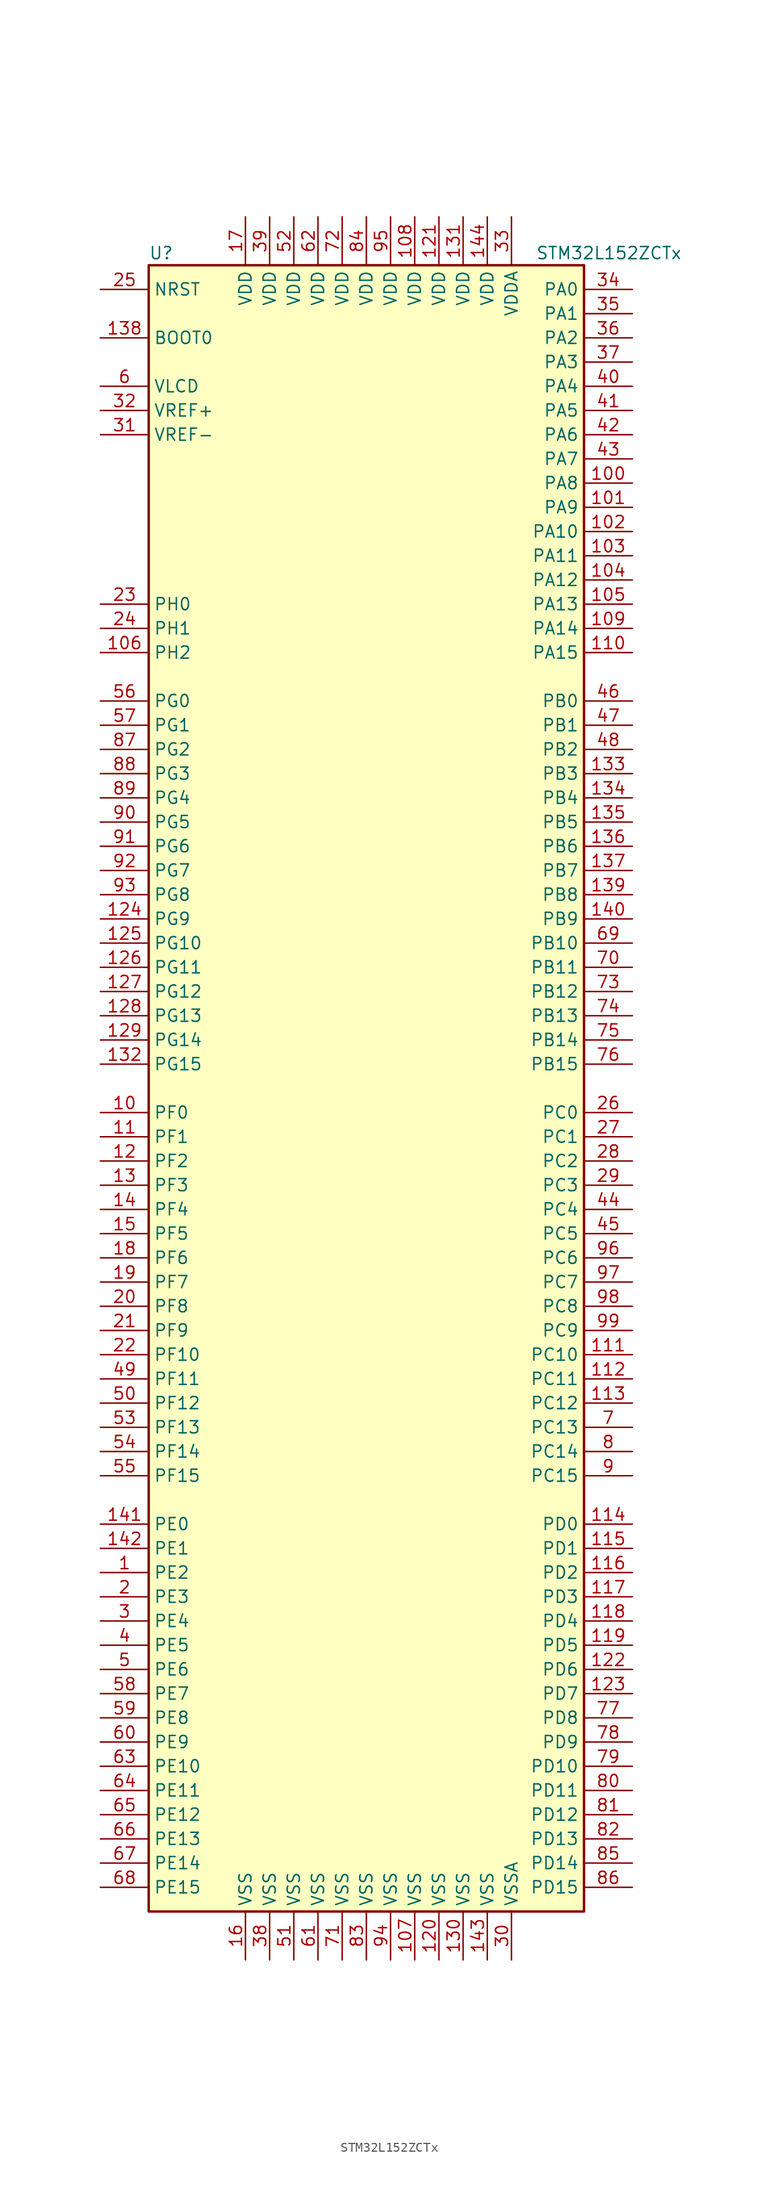
<source format=kicad_sym>
(kicad_symbol_lib
  (version 20211014)
  (generator kicad_symbol_editor)
  (symbol "STM32L152ZCTx"
    (property "Reference" "U"
      (at -22.86 87.63 0)
      (effects (font (size 1.27 1.27)) (justify left)))
    (property "Value" "STM32L152ZCTx"
      (at 17.78 87.63 0)
      (effects (font (size 1.27 1.27)) (justify left)))
    (symbol "STM32L152ZCTx_0_1"
      (rectangle (start -22.86 -86.36) (end 22.86 86.36) (stroke (width 0.254) (type default) (color 0 0 0 0)) (fill (type background))))
    (symbol "STM32L152ZCTx_1_1"
      (pin bidirectional line (at -27.94 -50.8 0) (length 5.08) (name "PE2" (effects (font (size 1.27 1.27)))) (number "1" (effects (font (size 1.27 1.27)))))
      (pin bidirectional line (at -27.94 -2.54 0) (length 5.08) (name "PF0" (effects (font (size 1.27 1.27)))) (number "10" (effects (font (size 1.27 1.27)))))
      (pin bidirectional line (at 27.94 63.5 180) (length 5.08) (name "PA8" (effects (font (size 1.27 1.27)))) (number "100" (effects (font (size 1.27 1.27)))))
      (pin bidirectional line (at 27.94 60.96 180) (length 5.08) (name "PA9" (effects (font (size 1.27 1.27)))) (number "101" (effects (font (size 1.27 1.27)))))
      (pin bidirectional line (at 27.94 58.42 180) (length 5.08) (name "PA10" (effects (font (size 1.27 1.27)))) (number "102" (effects (font (size 1.27 1.27)))))
      (pin bidirectional line (at 27.94 55.88 180) (length 5.08) (name "PA11" (effects (font (size 1.27 1.27)))) (number "103" (effects (font (size 1.27 1.27)))))
      (pin bidirectional line (at 27.94 53.34 180) (length 5.08) (name "PA12" (effects (font (size 1.27 1.27)))) (number "104" (effects (font (size 1.27 1.27)))))
      (pin bidirectional line (at 27.94 50.8 180) (length 5.08) (name "PA13" (effects (font (size 1.27 1.27)))) (number "105" (effects (font (size 1.27 1.27)))))
      (pin bidirectional line (at -27.94 45.72 0) (length 5.08) (name "PH2" (effects (font (size 1.27 1.27)))) (number "106" (effects (font (size 1.27 1.27)))))
      (pin power_in line (at 5.08 -91.44 90) (length 5.08) (name "VSS" (effects (font (size 1.27 1.27)))) (number "107" (effects (font (size 1.27 1.27)))))
      (pin power_in line (at 5.08 91.44 270) (length 5.08) (name "VDD" (effects (font (size 1.27 1.27)))) (number "108" (effects (font (size 1.27 1.27)))))
      (pin bidirectional line (at 27.94 48.26 180) (length 5.08) (name "PA14" (effects (font (size 1.27 1.27)))) (number "109" (effects (font (size 1.27 1.27)))))
      (pin bidirectional line (at -27.94 -5.08 0) (length 5.08) (name "PF1" (effects (font (size 1.27 1.27)))) (number "11" (effects (font (size 1.27 1.27)))))
      (pin bidirectional line (at 27.94 45.72 180) (length 5.08) (name "PA15" (effects (font (size 1.27 1.27)))) (number "110" (effects (font (size 1.27 1.27)))))
      (pin bidirectional line (at 27.94 -27.94 180) (length 5.08) (name "PC10" (effects (font (size 1.27 1.27)))) (number "111" (effects (font (size 1.27 1.27)))))
      (pin bidirectional line (at 27.94 -30.48 180) (length 5.08) (name "PC11" (effects (font (size 1.27 1.27)))) (number "112" (effects (font (size 1.27 1.27)))))
      (pin bidirectional line (at 27.94 -33.02 180) (length 5.08) (name "PC12" (effects (font (size 1.27 1.27)))) (number "113" (effects (font (size 1.27 1.27)))))
      (pin bidirectional line (at 27.94 -45.72 180) (length 5.08) (name "PD0" (effects (font (size 1.27 1.27)))) (number "114" (effects (font (size 1.27 1.27)))))
      (pin bidirectional line (at 27.94 -48.26 180) (length 5.08) (name "PD1" (effects (font (size 1.27 1.27)))) (number "115" (effects (font (size 1.27 1.27)))))
      (pin bidirectional line (at 27.94 -50.8 180) (length 5.08) (name "PD2" (effects (font (size 1.27 1.27)))) (number "116" (effects (font (size 1.27 1.27)))))
      (pin bidirectional line (at 27.94 -53.34 180) (length 5.08) (name "PD3" (effects (font (size 1.27 1.27)))) (number "117" (effects (font (size 1.27 1.27)))))
      (pin bidirectional line (at 27.94 -55.88 180) (length 5.08) (name "PD4" (effects (font (size 1.27 1.27)))) (number "118" (effects (font (size 1.27 1.27)))))
      (pin bidirectional line (at 27.94 -58.42 180) (length 5.08) (name "PD5" (effects (font (size 1.27 1.27)))) (number "119" (effects (font (size 1.27 1.27)))))
      (pin bidirectional line (at -27.94 -7.62 0) (length 5.08) (name "PF2" (effects (font (size 1.27 1.27)))) (number "12" (effects (font (size 1.27 1.27)))))
      (pin power_in line (at 7.62 -91.44 90) (length 5.08) (name "VSS" (effects (font (size 1.27 1.27)))) (number "120" (effects (font (size 1.27 1.27)))))
      (pin power_in line (at 7.62 91.44 270) (length 5.08) (name "VDD" (effects (font (size 1.27 1.27)))) (number "121" (effects (font (size 1.27 1.27)))))
      (pin bidirectional line (at 27.94 -60.96 180) (length 5.08) (name "PD6" (effects (font (size 1.27 1.27)))) (number "122" (effects (font (size 1.27 1.27)))))
      (pin bidirectional line (at 27.94 -63.5 180) (length 5.08) (name "PD7" (effects (font (size 1.27 1.27)))) (number "123" (effects (font (size 1.27 1.27)))))
      (pin bidirectional line (at -27.94 17.78 0) (length 5.08) (name "PG9" (effects (font (size 1.27 1.27)))) (number "124" (effects (font (size 1.27 1.27)))))
      (pin bidirectional line (at -27.94 15.24 0) (length 5.08) (name "PG10" (effects (font (size 1.27 1.27)))) (number "125" (effects (font (size 1.27 1.27)))))
      (pin bidirectional line (at -27.94 12.7 0) (length 5.08) (name "PG11" (effects (font (size 1.27 1.27)))) (number "126" (effects (font (size 1.27 1.27)))))
      (pin bidirectional line (at -27.94 10.16 0) (length 5.08) (name "PG12" (effects (font (size 1.27 1.27)))) (number "127" (effects (font (size 1.27 1.27)))))
      (pin bidirectional line (at -27.94 7.62 0) (length 5.08) (name "PG13" (effects (font (size 1.27 1.27)))) (number "128" (effects (font (size 1.27 1.27)))))
      (pin bidirectional line (at -27.94 5.08 0) (length 5.08) (name "PG14" (effects (font (size 1.27 1.27)))) (number "129" (effects (font (size 1.27 1.27)))))
      (pin bidirectional line (at -27.94 -10.16 0) (length 5.08) (name "PF3" (effects (font (size 1.27 1.27)))) (number "13" (effects (font (size 1.27 1.27)))))
      (pin power_in line (at 10.16 -91.44 90) (length 5.08) (name "VSS" (effects (font (size 1.27 1.27)))) (number "130" (effects (font (size 1.27 1.27)))))
      (pin power_in line (at 10.16 91.44 270) (length 5.08) (name "VDD" (effects (font (size 1.27 1.27)))) (number "131" (effects (font (size 1.27 1.27)))))
      (pin bidirectional line (at -27.94 2.54 0) (length 5.08) (name "PG15" (effects (font (size 1.27 1.27)))) (number "132" (effects (font (size 1.27 1.27)))))
      (pin bidirectional line (at 27.94 33.02 180) (length 5.08) (name "PB3" (effects (font (size 1.27 1.27)))) (number "133" (effects (font (size 1.27 1.27)))))
      (pin bidirectional line (at 27.94 30.48 180) (length 5.08) (name "PB4" (effects (font (size 1.27 1.27)))) (number "134" (effects (font (size 1.27 1.27)))))
      (pin bidirectional line (at 27.94 27.94 180) (length 5.08) (name "PB5" (effects (font (size 1.27 1.27)))) (number "135" (effects (font (size 1.27 1.27)))))
      (pin bidirectional line (at 27.94 25.4 180) (length 5.08) (name "PB6" (effects (font (size 1.27 1.27)))) (number "136" (effects (font (size 1.27 1.27)))))
      (pin bidirectional line (at 27.94 22.86 180) (length 5.08) (name "PB7" (effects (font (size 1.27 1.27)))) (number "137" (effects (font (size 1.27 1.27)))))
      (pin input line (at -27.94 78.74 0) (length 5.08) (name "BOOT0" (effects (font (size 1.27 1.27)))) (number "138" (effects (font (size 1.27 1.27)))))
      (pin bidirectional line (at 27.94 20.32 180) (length 5.08) (name "PB8" (effects (font (size 1.27 1.27)))) (number "139" (effects (font (size 1.27 1.27)))))
      (pin bidirectional line (at -27.94 -12.7 0) (length 5.08) (name "PF4" (effects (font (size 1.27 1.27)))) (number "14" (effects (font (size 1.27 1.27)))))
      (pin bidirectional line (at 27.94 17.78 180) (length 5.08) (name "PB9" (effects (font (size 1.27 1.27)))) (number "140" (effects (font (size 1.27 1.27)))))
      (pin bidirectional line (at -27.94 -45.72 0) (length 5.08) (name "PE0" (effects (font (size 1.27 1.27)))) (number "141" (effects (font (size 1.27 1.27)))))
      (pin bidirectional line (at -27.94 -48.26 0) (length 5.08) (name "PE1" (effects (font (size 1.27 1.27)))) (number "142" (effects (font (size 1.27 1.27)))))
      (pin power_in line (at 12.7 -91.44 90) (length 5.08) (name "VSS" (effects (font (size 1.27 1.27)))) (number "143" (effects (font (size 1.27 1.27)))))
      (pin power_in line (at 12.7 91.44 270) (length 5.08) (name "VDD" (effects (font (size 1.27 1.27)))) (number "144" (effects (font (size 1.27 1.27)))))
      (pin bidirectional line (at -27.94 -15.24 0) (length 5.08) (name "PF5" (effects (font (size 1.27 1.27)))) (number "15" (effects (font (size 1.27 1.27)))))
      (pin power_in line (at -12.7 -91.44 90) (length 5.08) (name "VSS" (effects (font (size 1.27 1.27)))) (number "16" (effects (font (size 1.27 1.27)))))
      (pin power_in line (at -12.7 91.44 270) (length 5.08) (name "VDD" (effects (font (size 1.27 1.27)))) (number "17" (effects (font (size 1.27 1.27)))))
      (pin bidirectional line (at -27.94 -17.78 0) (length 5.08) (name "PF6" (effects (font (size 1.27 1.27)))) (number "18" (effects (font (size 1.27 1.27)))))
      (pin bidirectional line (at -27.94 -20.32 0) (length 5.08) (name "PF7" (effects (font (size 1.27 1.27)))) (number "19" (effects (font (size 1.27 1.27)))))
      (pin bidirectional line (at -27.94 -53.34 0) (length 5.08) (name "PE3" (effects (font (size 1.27 1.27)))) (number "2" (effects (font (size 1.27 1.27)))))
      (pin bidirectional line (at -27.94 -22.86 0) (length 5.08) (name "PF8" (effects (font (size 1.27 1.27)))) (number "20" (effects (font (size 1.27 1.27)))))
      (pin bidirectional line (at -27.94 -25.4 0) (length 5.08) (name "PF9" (effects (font (size 1.27 1.27)))) (number "21" (effects (font (size 1.27 1.27)))))
      (pin bidirectional line (at -27.94 -27.94 0) (length 5.08) (name "PF10" (effects (font (size 1.27 1.27)))) (number "22" (effects (font (size 1.27 1.27)))))
      (pin input line (at -27.94 50.8 0) (length 5.08) (name "PH0" (effects (font (size 1.27 1.27)))) (number "23" (effects (font (size 1.27 1.27)))))
      (pin input line (at -27.94 48.26 0) (length 5.08) (name "PH1" (effects (font (size 1.27 1.27)))) (number "24" (effects (font (size 1.27 1.27)))))
      (pin input line (at -27.94 83.82 0) (length 5.08) (name "NRST" (effects (font (size 1.27 1.27)))) (number "25" (effects (font (size 1.27 1.27)))))
      (pin bidirectional line (at 27.94 -2.54 180) (length 5.08) (name "PC0" (effects (font (size 1.27 1.27)))) (number "26" (effects (font (size 1.27 1.27)))))
      (pin bidirectional line (at 27.94 -5.08 180) (length 5.08) (name "PC1" (effects (font (size 1.27 1.27)))) (number "27" (effects (font (size 1.27 1.27)))))
      (pin bidirectional line (at 27.94 -7.62 180) (length 5.08) (name "PC2" (effects (font (size 1.27 1.27)))) (number "28" (effects (font (size 1.27 1.27)))))
      (pin bidirectional line (at 27.94 -10.16 180) (length 5.08) (name "PC3" (effects (font (size 1.27 1.27)))) (number "29" (effects (font (size 1.27 1.27)))))
      (pin bidirectional line (at -27.94 -55.88 0) (length 5.08) (name "PE4" (effects (font (size 1.27 1.27)))) (number "3" (effects (font (size 1.27 1.27)))))
      (pin power_in line (at 15.24 -91.44 90) (length 5.08) (name "VSSA" (effects (font (size 1.27 1.27)))) (number "30" (effects (font (size 1.27 1.27)))))
      (pin power_in line (at -27.94 68.58 0) (length 5.08) (name "VREF-" (effects (font (size 1.27 1.27)))) (number "31" (effects (font (size 1.27 1.27)))))
      (pin power_in line (at -27.94 71.12 0) (length 5.08) (name "VREF+" (effects (font (size 1.27 1.27)))) (number "32" (effects (font (size 1.27 1.27)))))
      (pin power_in line (at 15.24 91.44 270) (length 5.08) (name "VDDA" (effects (font (size 1.27 1.27)))) (number "33" (effects (font (size 1.27 1.27)))))
      (pin bidirectional line (at 27.94 83.82 180) (length 5.08) (name "PA0" (effects (font (size 1.27 1.27)))) (number "34" (effects (font (size 1.27 1.27)))))
      (pin bidirectional line (at 27.94 81.28 180) (length 5.08) (name "PA1" (effects (font (size 1.27 1.27)))) (number "35" (effects (font (size 1.27 1.27)))))
      (pin bidirectional line (at 27.94 78.74 180) (length 5.08) (name "PA2" (effects (font (size 1.27 1.27)))) (number "36" (effects (font (size 1.27 1.27)))))
      (pin bidirectional line (at 27.94 76.2 180) (length 5.08) (name "PA3" (effects (font (size 1.27 1.27)))) (number "37" (effects (font (size 1.27 1.27)))))
      (pin power_in line (at -10.16 -91.44 90) (length 5.08) (name "VSS" (effects (font (size 1.27 1.27)))) (number "38" (effects (font (size 1.27 1.27)))))
      (pin power_in line (at -10.16 91.44 270) (length 5.08) (name "VDD" (effects (font (size 1.27 1.27)))) (number "39" (effects (font (size 1.27 1.27)))))
      (pin bidirectional line (at -27.94 -58.42 0) (length 5.08) (name "PE5" (effects (font (size 1.27 1.27)))) (number "4" (effects (font (size 1.27 1.27)))))
      (pin bidirectional line (at 27.94 73.66 180) (length 5.08) (name "PA4" (effects (font (size 1.27 1.27)))) (number "40" (effects (font (size 1.27 1.27)))))
      (pin bidirectional line (at 27.94 71.12 180) (length 5.08) (name "PA5" (effects (font (size 1.27 1.27)))) (number "41" (effects (font (size 1.27 1.27)))))
      (pin bidirectional line (at 27.94 68.58 180) (length 5.08) (name "PA6" (effects (font (size 1.27 1.27)))) (number "42" (effects (font (size 1.27 1.27)))))
      (pin bidirectional line (at 27.94 66.04 180) (length 5.08) (name "PA7" (effects (font (size 1.27 1.27)))) (number "43" (effects (font (size 1.27 1.27)))))
      (pin bidirectional line (at 27.94 -12.7 180) (length 5.08) (name "PC4" (effects (font (size 1.27 1.27)))) (number "44" (effects (font (size 1.27 1.27)))))
      (pin bidirectional line (at 27.94 -15.24 180) (length 5.08) (name "PC5" (effects (font (size 1.27 1.27)))) (number "45" (effects (font (size 1.27 1.27)))))
      (pin bidirectional line (at 27.94 40.64 180) (length 5.08) (name "PB0" (effects (font (size 1.27 1.27)))) (number "46" (effects (font (size 1.27 1.27)))))
      (pin bidirectional line (at 27.94 38.1 180) (length 5.08) (name "PB1" (effects (font (size 1.27 1.27)))) (number "47" (effects (font (size 1.27 1.27)))))
      (pin bidirectional line (at 27.94 35.56 180) (length 5.08) (name "PB2" (effects (font (size 1.27 1.27)))) (number "48" (effects (font (size 1.27 1.27)))))
      (pin bidirectional line (at -27.94 -30.48 0) (length 5.08) (name "PF11" (effects (font (size 1.27 1.27)))) (number "49" (effects (font (size 1.27 1.27)))))
      (pin bidirectional line (at -27.94 -60.96 0) (length 5.08) (name "PE6" (effects (font (size 1.27 1.27)))) (number "5" (effects (font (size 1.27 1.27)))))
      (pin bidirectional line (at -27.94 -33.02 0) (length 5.08) (name "PF12" (effects (font (size 1.27 1.27)))) (number "50" (effects (font (size 1.27 1.27)))))
      (pin power_in line (at -7.62 -91.44 90) (length 5.08) (name "VSS" (effects (font (size 1.27 1.27)))) (number "51" (effects (font (size 1.27 1.27)))))
      (pin power_in line (at -7.62 91.44 270) (length 5.08) (name "VDD" (effects (font (size 1.27 1.27)))) (number "52" (effects (font (size 1.27 1.27)))))
      (pin bidirectional line (at -27.94 -35.56 0) (length 5.08) (name "PF13" (effects (font (size 1.27 1.27)))) (number "53" (effects (font (size 1.27 1.27)))))
      (pin bidirectional line (at -27.94 -38.1 0) (length 5.08) (name "PF14" (effects (font (size 1.27 1.27)))) (number "54" (effects (font (size 1.27 1.27)))))
      (pin bidirectional line (at -27.94 -40.64 0) (length 5.08) (name "PF15" (effects (font (size 1.27 1.27)))) (number "55" (effects (font (size 1.27 1.27)))))
      (pin bidirectional line (at -27.94 40.64 0) (length 5.08) (name "PG0" (effects (font (size 1.27 1.27)))) (number "56" (effects (font (size 1.27 1.27)))))
      (pin bidirectional line (at -27.94 38.1 0) (length 5.08) (name "PG1" (effects (font (size 1.27 1.27)))) (number "57" (effects (font (size 1.27 1.27)))))
      (pin bidirectional line (at -27.94 -63.5 0) (length 5.08) (name "PE7" (effects (font (size 1.27 1.27)))) (number "58" (effects (font (size 1.27 1.27)))))
      (pin bidirectional line (at -27.94 -66.04 0) (length 5.08) (name "PE8" (effects (font (size 1.27 1.27)))) (number "59" (effects (font (size 1.27 1.27)))))
      (pin power_in line (at -27.94 73.66 0) (length 5.08) (name "VLCD" (effects (font (size 1.27 1.27)))) (number "6" (effects (font (size 1.27 1.27)))))
      (pin bidirectional line (at -27.94 -68.58 0) (length 5.08) (name "PE9" (effects (font (size 1.27 1.27)))) (number "60" (effects (font (size 1.27 1.27)))))
      (pin power_in line (at -5.08 -91.44 90) (length 5.08) (name "VSS" (effects (font (size 1.27 1.27)))) (number "61" (effects (font (size 1.27 1.27)))))
      (pin power_in line (at -5.08 91.44 270) (length 5.08) (name "VDD" (effects (font (size 1.27 1.27)))) (number "62" (effects (font (size 1.27 1.27)))))
      (pin bidirectional line (at -27.94 -71.12 0) (length 5.08) (name "PE10" (effects (font (size 1.27 1.27)))) (number "63" (effects (font (size 1.27 1.27)))))
      (pin bidirectional line (at -27.94 -73.66 0) (length 5.08) (name "PE11" (effects (font (size 1.27 1.27)))) (number "64" (effects (font (size 1.27 1.27)))))
      (pin bidirectional line (at -27.94 -76.2 0) (length 5.08) (name "PE12" (effects (font (size 1.27 1.27)))) (number "65" (effects (font (size 1.27 1.27)))))
      (pin bidirectional line (at -27.94 -78.74 0) (length 5.08) (name "PE13" (effects (font (size 1.27 1.27)))) (number "66" (effects (font (size 1.27 1.27)))))
      (pin bidirectional line (at -27.94 -81.28 0) (length 5.08) (name "PE14" (effects (font (size 1.27 1.27)))) (number "67" (effects (font (size 1.27 1.27)))))
      (pin bidirectional line (at -27.94 -83.82 0) (length 5.08) (name "PE15" (effects (font (size 1.27 1.27)))) (number "68" (effects (font (size 1.27 1.27)))))
      (pin bidirectional line (at 27.94 15.24 180) (length 5.08) (name "PB10" (effects (font (size 1.27 1.27)))) (number "69" (effects (font (size 1.27 1.27)))))
      (pin bidirectional line (at 27.94 -35.56 180) (length 5.08) (name "PC13" (effects (font (size 1.27 1.27)))) (number "7" (effects (font (size 1.27 1.27)))))
      (pin bidirectional line (at 27.94 12.7 180) (length 5.08) (name "PB11" (effects (font (size 1.27 1.27)))) (number "70" (effects (font (size 1.27 1.27)))))
      (pin power_in line (at -2.54 -91.44 90) (length 5.08) (name "VSS" (effects (font (size 1.27 1.27)))) (number "71" (effects (font (size 1.27 1.27)))))
      (pin power_in line (at -2.54 91.44 270) (length 5.08) (name "VDD" (effects (font (size 1.27 1.27)))) (number "72" (effects (font (size 1.27 1.27)))))
      (pin bidirectional line (at 27.94 10.16 180) (length 5.08) (name "PB12" (effects (font (size 1.27 1.27)))) (number "73" (effects (font (size 1.27 1.27)))))
      (pin bidirectional line (at 27.94 7.62 180) (length 5.08) (name "PB13" (effects (font (size 1.27 1.27)))) (number "74" (effects (font (size 1.27 1.27)))))
      (pin bidirectional line (at 27.94 5.08 180) (length 5.08) (name "PB14" (effects (font (size 1.27 1.27)))) (number "75" (effects (font (size 1.27 1.27)))))
      (pin bidirectional line (at 27.94 2.54 180) (length 5.08) (name "PB15" (effects (font (size 1.27 1.27)))) (number "76" (effects (font (size 1.27 1.27)))))
      (pin bidirectional line (at 27.94 -66.04 180) (length 5.08) (name "PD8" (effects (font (size 1.27 1.27)))) (number "77" (effects (font (size 1.27 1.27)))))
      (pin bidirectional line (at 27.94 -68.58 180) (length 5.08) (name "PD9" (effects (font (size 1.27 1.27)))) (number "78" (effects (font (size 1.27 1.27)))))
      (pin bidirectional line (at 27.94 -71.12 180) (length 5.08) (name "PD10" (effects (font (size 1.27 1.27)))) (number "79" (effects (font (size 1.27 1.27)))))
      (pin bidirectional line (at 27.94 -38.1 180) (length 5.08) (name "PC14" (effects (font (size 1.27 1.27)))) (number "8" (effects (font (size 1.27 1.27)))))
      (pin bidirectional line (at 27.94 -73.66 180) (length 5.08) (name "PD11" (effects (font (size 1.27 1.27)))) (number "80" (effects (font (size 1.27 1.27)))))
      (pin bidirectional line (at 27.94 -76.2 180) (length 5.08) (name "PD12" (effects (font (size 1.27 1.27)))) (number "81" (effects (font (size 1.27 1.27)))))
      (pin bidirectional line (at 27.94 -78.74 180) (length 5.08) (name "PD13" (effects (font (size 1.27 1.27)))) (number "82" (effects (font (size 1.27 1.27)))))
      (pin power_in line (at 0 -91.44 90) (length 5.08) (name "VSS" (effects (font (size 1.27 1.27)))) (number "83" (effects (font (size 1.27 1.27)))))
      (pin power_in line (at 0 91.44 270) (length 5.08) (name "VDD" (effects (font (size 1.27 1.27)))) (number "84" (effects (font (size 1.27 1.27)))))
      (pin bidirectional line (at 27.94 -81.28 180) (length 5.08) (name "PD14" (effects (font (size 1.27 1.27)))) (number "85" (effects (font (size 1.27 1.27)))))
      (pin bidirectional line (at 27.94 -83.82 180) (length 5.08) (name "PD15" (effects (font (size 1.27 1.27)))) (number "86" (effects (font (size 1.27 1.27)))))
      (pin bidirectional line (at -27.94 35.56 0) (length 5.08) (name "PG2" (effects (font (size 1.27 1.27)))) (number "87" (effects (font (size 1.27 1.27)))))
      (pin bidirectional line (at -27.94 33.02 0) (length 5.08) (name "PG3" (effects (font (size 1.27 1.27)))) (number "88" (effects (font (size 1.27 1.27)))))
      (pin bidirectional line (at -27.94 30.48 0) (length 5.08) (name "PG4" (effects (font (size 1.27 1.27)))) (number "89" (effects (font (size 1.27 1.27)))))
      (pin bidirectional line (at 27.94 -40.64 180) (length 5.08) (name "PC15" (effects (font (size 1.27 1.27)))) (number "9" (effects (font (size 1.27 1.27)))))
      (pin bidirectional line (at -27.94 27.94 0) (length 5.08) (name "PG5" (effects (font (size 1.27 1.27)))) (number "90" (effects (font (size 1.27 1.27)))))
      (pin bidirectional line (at -27.94 25.4 0) (length 5.08) (name "PG6" (effects (font (size 1.27 1.27)))) (number "91" (effects (font (size 1.27 1.27)))))
      (pin bidirectional line (at -27.94 22.86 0) (length 5.08) (name "PG7" (effects (font (size 1.27 1.27)))) (number "92" (effects (font (size 1.27 1.27)))))
      (pin bidirectional line (at -27.94 20.32 0) (length 5.08) (name "PG8" (effects (font (size 1.27 1.27)))) (number "93" (effects (font (size 1.27 1.27)))))
      (pin power_in line (at 2.54 -91.44 90) (length 5.08) (name "VSS" (effects (font (size 1.27 1.27)))) (number "94" (effects (font (size 1.27 1.27)))))
      (pin power_in line (at 2.54 91.44 270) (length 5.08) (name "VDD" (effects (font (size 1.27 1.27)))) (number "95" (effects (font (size 1.27 1.27)))))
      (pin bidirectional line (at 27.94 -17.78 180) (length 5.08) (name "PC6" (effects (font (size 1.27 1.27)))) (number "96" (effects (font (size 1.27 1.27)))))
      (pin bidirectional line (at 27.94 -20.32 180) (length 5.08) (name "PC7" (effects (font (size 1.27 1.27)))) (number "97" (effects (font (size 1.27 1.27)))))
      (pin bidirectional line (at 27.94 -22.86 180) (length 5.08) (name "PC8" (effects (font (size 1.27 1.27)))) (number "98" (effects (font (size 1.27 1.27)))))
      (pin bidirectional line (at 27.94 -25.4 180) (length 5.08) (name "PC9" (effects (font (size 1.27 1.27)))) (number "99" (effects (font (size 1.27 1.27))))))))
</source>
